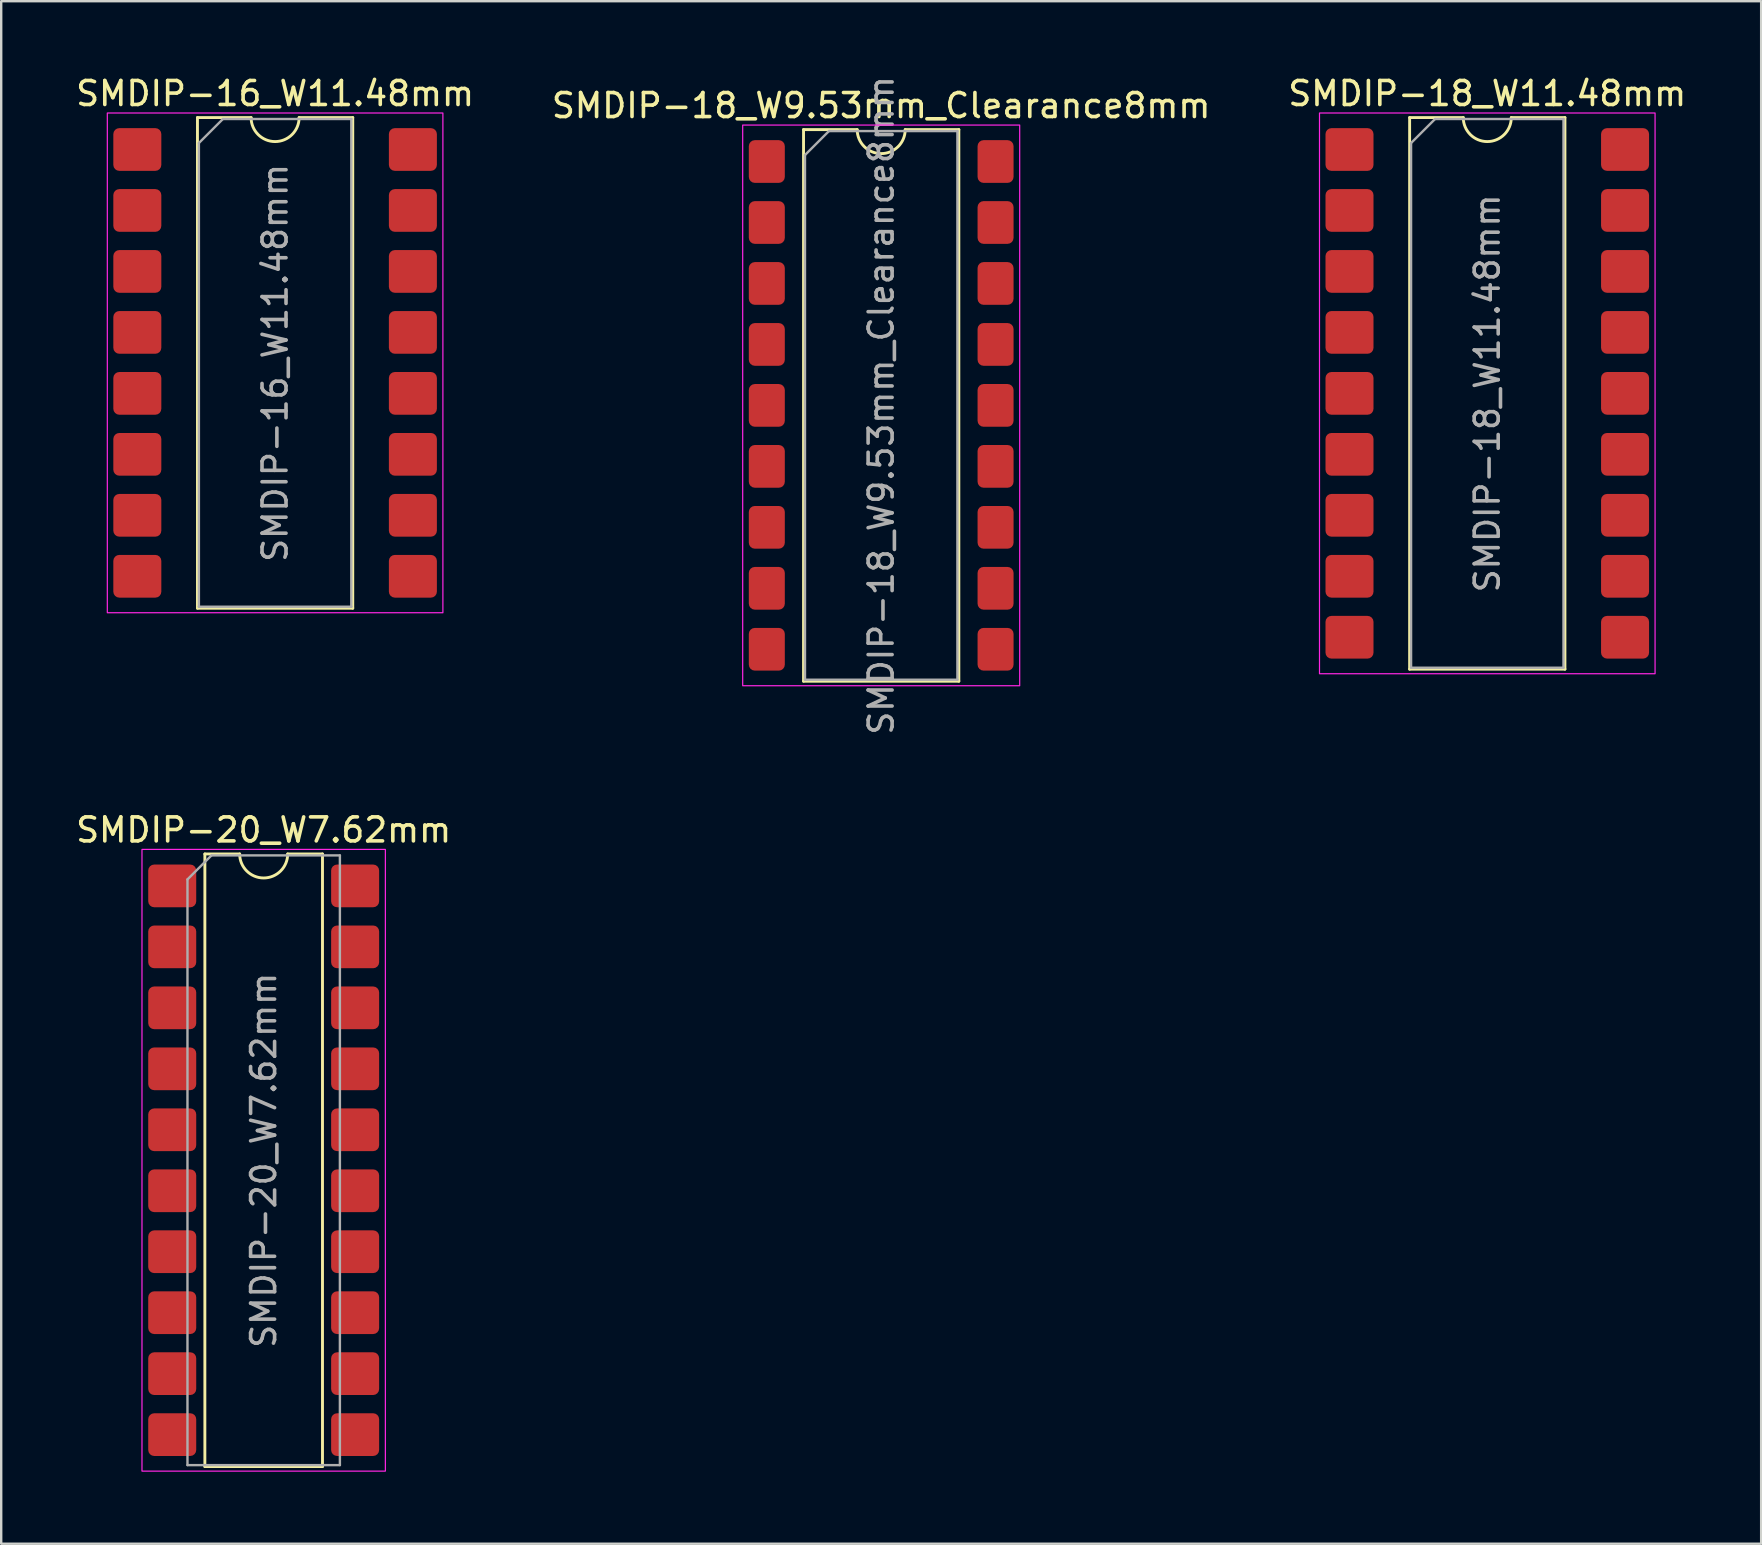
<source format=kicad_pcb>
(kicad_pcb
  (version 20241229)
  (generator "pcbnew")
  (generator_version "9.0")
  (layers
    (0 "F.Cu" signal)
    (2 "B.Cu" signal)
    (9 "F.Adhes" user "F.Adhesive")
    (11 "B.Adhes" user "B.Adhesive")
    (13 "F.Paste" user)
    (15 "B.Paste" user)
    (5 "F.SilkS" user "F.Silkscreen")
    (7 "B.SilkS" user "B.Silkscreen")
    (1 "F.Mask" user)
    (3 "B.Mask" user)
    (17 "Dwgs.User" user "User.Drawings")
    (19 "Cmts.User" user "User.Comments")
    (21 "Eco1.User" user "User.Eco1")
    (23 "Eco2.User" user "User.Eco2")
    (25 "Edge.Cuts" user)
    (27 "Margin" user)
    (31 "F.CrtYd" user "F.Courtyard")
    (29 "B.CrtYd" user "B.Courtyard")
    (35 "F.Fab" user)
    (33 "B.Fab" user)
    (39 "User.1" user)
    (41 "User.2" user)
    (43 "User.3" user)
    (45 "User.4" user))
  (footprint "SMDIP-18_W9.53mm_Clearance8mm"
    (layer "F.Cu")
    (at 33.661 13.839)
    (property "Reference" "SMDIP-18_W9.53mm_Clearance8mm" (at 0 -12.49 0) (layer "F.SilkS") (effects (font (size 1 1) (thickness 0.15))))
    (attr smd)
    (fp_line (start -3.235 -11.49) (end -3.235 11.49) (stroke (width 0.12) (type solid)) (layer "F.SilkS"))
    (fp_line (start -3.235 11.49) (end 3.235 11.49) (stroke (width 0.12) (type solid)) (layer "F.SilkS"))
    (fp_line (start -1 -11.49) (end -3.235 -11.49) (stroke (width 0.12) (type solid)) (layer "F.SilkS"))
    (fp_line (start 3.235 -11.49) (end 1 -11.49) (stroke (width 0.12) (type solid)) (layer "F.SilkS"))
    (fp_line (start 3.235 11.49) (end 3.235 -11.49) (stroke (width 0.12) (type solid)) (layer "F.SilkS"))
    (fp_arc (start 1 -11.49) (mid 0 -10.49) (end -1 -11.49) (stroke (width 0.12) (type solid)) (layer "F.SilkS"))
    (fp_rect (start -5.77 -11.68) (end 5.77 11.68) (stroke (width 0.05) (type solid)) (fill no) (layer "F.CrtYd"))
    (fp_line (start -3.175 -10.43) (end -2.175 -11.43) (stroke (width 0.1) (type solid)) (layer "F.Fab"))
    (fp_line (start -3.175 11.43) (end -3.175 -10.43) (stroke (width 0.1) (type solid)) (layer "F.Fab"))
    (fp_line (start -2.175 -11.43) (end 3.175 -11.43) (stroke (width 0.1) (type solid)) (layer "F.Fab"))
    (fp_line (start 3.175 -11.43) (end 3.175 11.43) (stroke (width 0.1) (type solid)) (layer "F.Fab"))
    (fp_line (start 3.175 11.43) (end -3.175 11.43) (stroke (width 0.1) (type solid)) (layer "F.Fab"))
    (fp_text user "${REFERENCE}" (at 0 0 90) (layer "F.Fab") (effects (font (size 1 1) (thickness 0.15))))
    (pad "1" smd roundrect (at -4.765 -10.16) (size 1.5 1.78) (layers "F.Cu" "F.Mask" "F.Paste") (roundrect_rratio 0.167))
    (pad "2" smd roundrect (at -4.765 -7.62) (size 1.5 1.78) (layers "F.Cu" "F.Mask" "F.Paste") (roundrect_rratio 0.167))
    (pad "3" smd roundrect (at -4.765 -5.08) (size 1.5 1.78) (layers "F.Cu" "F.Mask" "F.Paste") (roundrect_rratio 0.167))
    (pad "4" smd roundrect (at -4.765 -2.54) (size 1.5 1.78) (layers "F.Cu" "F.Mask" "F.Paste") (roundrect_rratio 0.167))
    (pad "5" smd roundrect (at -4.765 0) (size 1.5 1.78) (layers "F.Cu" "F.Mask" "F.Paste") (roundrect_rratio 0.167))
    (pad "6" smd roundrect (at -4.765 2.54) (size 1.5 1.78) (layers "F.Cu" "F.Mask" "F.Paste") (roundrect_rratio 0.167))
    (pad "7" smd roundrect (at -4.765 5.08) (size 1.5 1.78) (layers "F.Cu" "F.Mask" "F.Paste") (roundrect_rratio 0.167))
    (pad "8" smd roundrect (at -4.765 7.62) (size 1.5 1.78) (layers "F.Cu" "F.Mask" "F.Paste") (roundrect_rratio 0.167))
    (pad "9" smd roundrect (at -4.765 10.16) (size 1.5 1.78) (layers "F.Cu" "F.Mask" "F.Paste") (roundrect_rratio 0.167))
    (pad "10" smd roundrect (at 4.765 10.16) (size 1.5 1.78) (layers "F.Cu" "F.Mask" "F.Paste") (roundrect_rratio 0.167))
    (pad "11" smd roundrect (at 4.765 7.62) (size 1.5 1.78) (layers "F.Cu" "F.Mask" "F.Paste") (roundrect_rratio 0.167))
    (pad "12" smd roundrect (at 4.765 5.08) (size 1.5 1.78) (layers "F.Cu" "F.Mask" "F.Paste") (roundrect_rratio 0.167))
    (pad "13" smd roundrect (at 4.765 2.54) (size 1.5 1.78) (layers "F.Cu" "F.Mask" "F.Paste") (roundrect_rratio 0.167))
    (pad "14" smd roundrect (at 4.765 0) (size 1.5 1.78) (layers "F.Cu" "F.Mask" "F.Paste") (roundrect_rratio 0.167))
    (pad "15" smd roundrect (at 4.765 -2.54) (size 1.5 1.78) (layers "F.Cu" "F.Mask" "F.Paste") (roundrect_rratio 0.167))
    (pad "16" smd roundrect (at 4.765 -5.08) (size 1.5 1.78) (layers "F.Cu" "F.Mask" "F.Paste") (roundrect_rratio 0.167))
    (pad "17" smd roundrect (at 4.765 -7.62) (size 1.5 1.78) (layers "F.Cu" "F.Mask" "F.Paste") (roundrect_rratio 0.167))
    (pad "18" smd roundrect (at 4.765 -10.16) (size 1.5 1.78) (layers "F.Cu" "F.Mask" "F.Paste") (roundrect_rratio 0.167)))
  (footprint "SMDIP-18_W11.48mm"
    (layer "F.Cu")
    (at 58.911 13.338)
    (property "Reference" "SMDIP-18_W11.48mm" (at 0 -12.49 0) (layer "F.SilkS") (effects (font (size 1 1) (thickness 0.15))))
    (attr smd)
    (fp_line (start -3.235 -11.49) (end -3.235 11.49) (stroke (width 0.12) (type solid)) (layer "F.SilkS"))
    (fp_line (start -3.235 11.49) (end 3.235 11.49) (stroke (width 0.12) (type solid)) (layer "F.SilkS"))
    (fp_line (start -1 -11.49) (end -3.235 -11.49) (stroke (width 0.12) (type solid)) (layer "F.SilkS"))
    (fp_line (start 3.235 -11.49) (end 1 -11.49) (stroke (width 0.12) (type solid)) (layer "F.SilkS"))
    (fp_line (start 3.235 11.49) (end 3.235 -11.49) (stroke (width 0.12) (type solid)) (layer "F.SilkS"))
    (fp_arc (start 1 -11.49) (mid 0 -10.49) (end -1 -11.49) (stroke (width 0.12) (type solid)) (layer "F.SilkS"))
    (fp_rect (start -6.99 -11.68) (end 6.99 11.68) (stroke (width 0.05) (type solid)) (fill no) (layer "F.CrtYd"))
    (fp_line (start -3.175 -10.43) (end -2.175 -11.43) (stroke (width 0.1) (type solid)) (layer "F.Fab"))
    (fp_line (start -3.175 11.43) (end -3.175 -10.43) (stroke (width 0.1) (type solid)) (layer "F.Fab"))
    (fp_line (start -2.175 -11.43) (end 3.175 -11.43) (stroke (width 0.1) (type solid)) (layer "F.Fab"))
    (fp_line (start 3.175 -11.43) (end 3.175 11.43) (stroke (width 0.1) (type solid)) (layer "F.Fab"))
    (fp_line (start 3.175 11.43) (end -3.175 11.43) (stroke (width 0.1) (type solid)) (layer "F.Fab"))
    (fp_text user "${REFERENCE}" (at 0 0 90) (layer "F.Fab") (effects (font (size 1 1) (thickness 0.15))))
    (pad "1" smd roundrect (at -5.74 -10.16) (size 2 1.78) (layers "F.Cu" "F.Mask" "F.Paste") (roundrect_rratio 0.14))
    (pad "2" smd roundrect (at -5.74 -7.62) (size 2 1.78) (layers "F.Cu" "F.Mask" "F.Paste") (roundrect_rratio 0.14))
    (pad "3" smd roundrect (at -5.74 -5.08) (size 2 1.78) (layers "F.Cu" "F.Mask" "F.Paste") (roundrect_rratio 0.14))
    (pad "4" smd roundrect (at -5.74 -2.54) (size 2 1.78) (layers "F.Cu" "F.Mask" "F.Paste") (roundrect_rratio 0.14))
    (pad "5" smd roundrect (at -5.74 0) (size 2 1.78) (layers "F.Cu" "F.Mask" "F.Paste") (roundrect_rratio 0.14))
    (pad "6" smd roundrect (at -5.74 2.54) (size 2 1.78) (layers "F.Cu" "F.Mask" "F.Paste") (roundrect_rratio 0.14))
    (pad "7" smd roundrect (at -5.74 5.08) (size 2 1.78) (layers "F.Cu" "F.Mask" "F.Paste") (roundrect_rratio 0.14))
    (pad "8" smd roundrect (at -5.74 7.62) (size 2 1.78) (layers "F.Cu" "F.Mask" "F.Paste") (roundrect_rratio 0.14))
    (pad "9" smd roundrect (at -5.74 10.16) (size 2 1.78) (layers "F.Cu" "F.Mask" "F.Paste") (roundrect_rratio 0.14))
    (pad "10" smd roundrect (at 5.74 10.16) (size 2 1.78) (layers "F.Cu" "F.Mask" "F.Paste") (roundrect_rratio 0.14))
    (pad "11" smd roundrect (at 5.74 7.62) (size 2 1.78) (layers "F.Cu" "F.Mask" "F.Paste") (roundrect_rratio 0.14))
    (pad "12" smd roundrect (at 5.74 5.08) (size 2 1.78) (layers "F.Cu" "F.Mask" "F.Paste") (roundrect_rratio 0.14))
    (pad "13" smd roundrect (at 5.74 2.54) (size 2 1.78) (layers "F.Cu" "F.Mask" "F.Paste") (roundrect_rratio 0.14))
    (pad "14" smd roundrect (at 5.74 0) (size 2 1.78) (layers "F.Cu" "F.Mask" "F.Paste") (roundrect_rratio 0.14))
    (pad "15" smd roundrect (at 5.74 -2.54) (size 2 1.78) (layers "F.Cu" "F.Mask" "F.Paste") (roundrect_rratio 0.14))
    (pad "16" smd roundrect (at 5.74 -5.08) (size 2 1.78) (layers "F.Cu" "F.Mask" "F.Paste") (roundrect_rratio 0.14))
    (pad "17" smd roundrect (at 5.74 -7.62) (size 2 1.78) (layers "F.Cu" "F.Mask" "F.Paste") (roundrect_rratio 0.14))
    (pad "18" smd roundrect (at 5.74 -10.16) (size 2 1.78) (layers "F.Cu" "F.Mask" "F.Paste") (roundrect_rratio 0.14)))
  (footprint "SMDIP-20_W7.62mm"
    (layer "F.Cu")
    (at 7.935 45.287)
    (property "Reference" "SMDIP-20_W7.62mm" (at 0 -13.76 0) (layer "F.SilkS") (effects (font (size 1 1) (thickness 0.15))))
    (attr smd)
    (fp_line (start -2.45 -12.76) (end -2.45 12.76) (stroke (width 0.12) (type solid)) (layer "F.SilkS"))
    (fp_line (start -2.45 12.76) (end 2.45 12.76) (stroke (width 0.12) (type solid)) (layer "F.SilkS"))
    (fp_line (start -1 -12.76) (end -2.45 -12.76) (stroke (width 0.12) (type solid)) (layer "F.SilkS"))
    (fp_line (start 2.45 -12.76) (end 1 -12.76) (stroke (width 0.12) (type solid)) (layer "F.SilkS"))
    (fp_line (start 2.45 12.76) (end 2.45 -12.76) (stroke (width 0.12) (type solid)) (layer "F.SilkS"))
    (fp_arc (start 1 -12.76) (mid 0 -11.76) (end -1 -12.76) (stroke (width 0.12) (type solid)) (layer "F.SilkS"))
    (fp_rect (start -5.07 -12.95) (end 5.07 12.95) (stroke (width 0.05) (type solid)) (fill no) (layer "F.CrtYd"))
    (fp_line (start -3.175 -11.7) (end -2.175 -12.7) (stroke (width 0.1) (type solid)) (layer "F.Fab"))
    (fp_line (start -3.175 12.7) (end -3.175 -11.7) (stroke (width 0.1) (type solid)) (layer "F.Fab"))
    (fp_line (start -2.175 -12.7) (end 3.175 -12.7) (stroke (width 0.1) (type solid)) (layer "F.Fab"))
    (fp_line (start 3.175 -12.7) (end 3.175 12.7) (stroke (width 0.1) (type solid)) (layer "F.Fab"))
    (fp_line (start 3.175 12.7) (end -3.175 12.7) (stroke (width 0.1) (type solid)) (layer "F.Fab"))
    (fp_text user "${REFERENCE}" (at 0 0 90) (layer "F.Fab") (effects (font (size 1 1) (thickness 0.15))))
    (pad "1" smd roundrect (at -3.81 -11.43) (size 2 1.78) (layers "F.Cu" "F.Mask" "F.Paste") (roundrect_rratio 0.14))
    (pad "2" smd roundrect (at -3.81 -8.89) (size 2 1.78) (layers "F.Cu" "F.Mask" "F.Paste") (roundrect_rratio 0.14))
    (pad "3" smd roundrect (at -3.81 -6.35) (size 2 1.78) (layers "F.Cu" "F.Mask" "F.Paste") (roundrect_rratio 0.14))
    (pad "4" smd roundrect (at -3.81 -3.81) (size 2 1.78) (layers "F.Cu" "F.Mask" "F.Paste") (roundrect_rratio 0.14))
    (pad "5" smd roundrect (at -3.81 -1.27) (size 2 1.78) (layers "F.Cu" "F.Mask" "F.Paste") (roundrect_rratio 0.14))
    (pad "6" smd roundrect (at -3.81 1.27) (size 2 1.78) (layers "F.Cu" "F.Mask" "F.Paste") (roundrect_rratio 0.14))
    (pad "7" smd roundrect (at -3.81 3.81) (size 2 1.78) (layers "F.Cu" "F.Mask" "F.Paste") (roundrect_rratio 0.14))
    (pad "8" smd roundrect (at -3.81 6.35) (size 2 1.78) (layers "F.Cu" "F.Mask" "F.Paste") (roundrect_rratio 0.14))
    (pad "9" smd roundrect (at -3.81 8.89) (size 2 1.78) (layers "F.Cu" "F.Mask" "F.Paste") (roundrect_rratio 0.14))
    (pad "10" smd roundrect (at -3.81 11.43) (size 2 1.78) (layers "F.Cu" "F.Mask" "F.Paste") (roundrect_rratio 0.14))
    (pad "11" smd roundrect (at 3.81 11.43) (size 2 1.78) (layers "F.Cu" "F.Mask" "F.Paste") (roundrect_rratio 0.14))
    (pad "12" smd roundrect (at 3.81 8.89) (size 2 1.78) (layers "F.Cu" "F.Mask" "F.Paste") (roundrect_rratio 0.14))
    (pad "13" smd roundrect (at 3.81 6.35) (size 2 1.78) (layers "F.Cu" "F.Mask" "F.Paste") (roundrect_rratio 0.14))
    (pad "14" smd roundrect (at 3.81 3.81) (size 2 1.78) (layers "F.Cu" "F.Mask" "F.Paste") (roundrect_rratio 0.14))
    (pad "15" smd roundrect (at 3.81 1.27) (size 2 1.78) (layers "F.Cu" "F.Mask" "F.Paste") (roundrect_rratio 0.14))
    (pad "16" smd roundrect (at 3.81 -1.27) (size 2 1.78) (layers "F.Cu" "F.Mask" "F.Paste") (roundrect_rratio 0.14))
    (pad "17" smd roundrect (at 3.81 -3.81) (size 2 1.78) (layers "F.Cu" "F.Mask" "F.Paste") (roundrect_rratio 0.14))
    (pad "18" smd roundrect (at 3.81 -6.35) (size 2 1.78) (layers "F.Cu" "F.Mask" "F.Paste") (roundrect_rratio 0.14))
    (pad "19" smd roundrect (at 3.81 -8.89) (size 2 1.78) (layers "F.Cu" "F.Mask" "F.Paste") (roundrect_rratio 0.14))
    (pad "20" smd roundrect (at 3.81 -11.43) (size 2 1.78) (layers "F.Cu" "F.Mask" "F.Paste") (roundrect_rratio 0.14)))
  (footprint "SMDIP-16_W11.48mm"
    (layer "F.Cu")
    (at 8.411 12.068)
    (property "Reference" "SMDIP-16_W11.48mm" (at 0 -11.22 0) (layer "F.SilkS") (effects (font (size 1 1) (thickness 0.15))))
    (attr smd)
    (fp_line (start -3.235 -10.22) (end -3.235 10.22) (stroke (width 0.12) (type solid)) (layer "F.SilkS"))
    (fp_line (start -3.235 10.22) (end 3.235 10.22) (stroke (width 0.12) (type solid)) (layer "F.SilkS"))
    (fp_line (start -1 -10.22) (end -3.235 -10.22) (stroke (width 0.12) (type solid)) (layer "F.SilkS"))
    (fp_line (start 3.235 -10.22) (end 1 -10.22) (stroke (width 0.12) (type solid)) (layer "F.SilkS"))
    (fp_line (start 3.235 10.22) (end 3.235 -10.22) (stroke (width 0.12) (type solid)) (layer "F.SilkS"))
    (fp_arc (start 1 -10.22) (mid 0 -9.22) (end -1 -10.22) (stroke (width 0.12) (type solid)) (layer "F.SilkS"))
    (fp_rect (start -6.99 -10.41) (end 6.99 10.41) (stroke (width 0.05) (type solid)) (fill no) (layer "F.CrtYd"))
    (fp_line (start -3.175 -9.16) (end -2.175 -10.16) (stroke (width 0.1) (type solid)) (layer "F.Fab"))
    (fp_line (start -3.175 10.16) (end -3.175 -9.16) (stroke (width 0.1) (type solid)) (layer "F.Fab"))
    (fp_line (start -2.175 -10.16) (end 3.175 -10.16) (stroke (width 0.1) (type solid)) (layer "F.Fab"))
    (fp_line (start 3.175 -10.16) (end 3.175 10.16) (stroke (width 0.1) (type solid)) (layer "F.Fab"))
    (fp_line (start 3.175 10.16) (end -3.175 10.16) (stroke (width 0.1) (type solid)) (layer "F.Fab"))
    (fp_text user "${REFERENCE}" (at 0 0 90) (layer "F.Fab") (effects (font (size 1 1) (thickness 0.15))))
    (pad "1" smd roundrect (at -5.74 -8.89) (size 2 1.78) (layers "F.Cu" "F.Mask" "F.Paste") (roundrect_rratio 0.14))
    (pad "2" smd roundrect (at -5.74 -6.35) (size 2 1.78) (layers "F.Cu" "F.Mask" "F.Paste") (roundrect_rratio 0.14))
    (pad "3" smd roundrect (at -5.74 -3.81) (size 2 1.78) (layers "F.Cu" "F.Mask" "F.Paste") (roundrect_rratio 0.14))
    (pad "4" smd roundrect (at -5.74 -1.27) (size 2 1.78) (layers "F.Cu" "F.Mask" "F.Paste") (roundrect_rratio 0.14))
    (pad "5" smd roundrect (at -5.74 1.27) (size 2 1.78) (layers "F.Cu" "F.Mask" "F.Paste") (roundrect_rratio 0.14))
    (pad "6" smd roundrect (at -5.74 3.81) (size 2 1.78) (layers "F.Cu" "F.Mask" "F.Paste") (roundrect_rratio 0.14))
    (pad "7" smd roundrect (at -5.74 6.35) (size 2 1.78) (layers "F.Cu" "F.Mask" "F.Paste") (roundrect_rratio 0.14))
    (pad "8" smd roundrect (at -5.74 8.89) (size 2 1.78) (layers "F.Cu" "F.Mask" "F.Paste") (roundrect_rratio 0.14))
    (pad "9" smd roundrect (at 5.74 8.89) (size 2 1.78) (layers "F.Cu" "F.Mask" "F.Paste") (roundrect_rratio 0.14))
    (pad "10" smd roundrect (at 5.74 6.35) (size 2 1.78) (layers "F.Cu" "F.Mask" "F.Paste") (roundrect_rratio 0.14))
    (pad "11" smd roundrect (at 5.74 3.81) (size 2 1.78) (layers "F.Cu" "F.Mask" "F.Paste") (roundrect_rratio 0.14))
    (pad "12" smd roundrect (at 5.74 1.27) (size 2 1.78) (layers "F.Cu" "F.Mask" "F.Paste") (roundrect_rratio 0.14))
    (pad "13" smd roundrect (at 5.74 -1.27) (size 2 1.78) (layers "F.Cu" "F.Mask" "F.Paste") (roundrect_rratio 0.14))
    (pad "14" smd roundrect (at 5.74 -3.81) (size 2 1.78) (layers "F.Cu" "F.Mask" "F.Paste") (roundrect_rratio 0.14))
    (pad "15" smd roundrect (at 5.74 -6.35) (size 2 1.78) (layers "F.Cu" "F.Mask" "F.Paste") (roundrect_rratio 0.14))
    (pad "16" smd roundrect (at 5.74 -8.89) (size 2 1.78) (layers "F.Cu" "F.Mask" "F.Paste") (roundrect_rratio 0.14)))
  (gr_rect
    (start -3 -3)
    (end 70.321 61.262)
    (stroke (width 0.1) (type default))
    (fill no)
    (layer "Edge.Cuts")))
</source>
